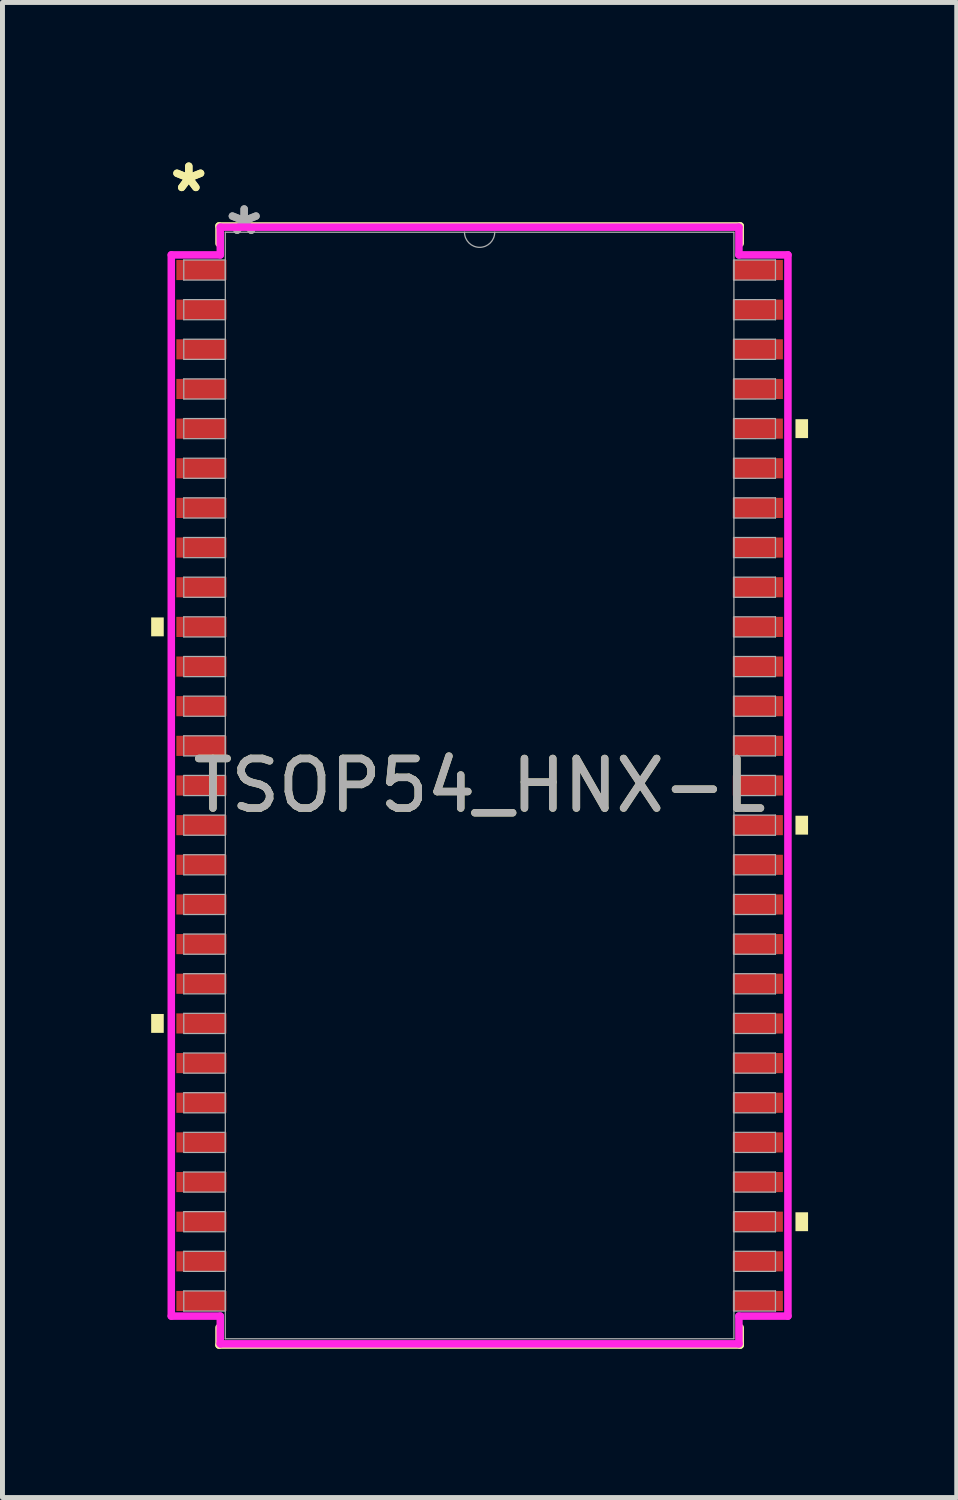
<source format=kicad_pcb>
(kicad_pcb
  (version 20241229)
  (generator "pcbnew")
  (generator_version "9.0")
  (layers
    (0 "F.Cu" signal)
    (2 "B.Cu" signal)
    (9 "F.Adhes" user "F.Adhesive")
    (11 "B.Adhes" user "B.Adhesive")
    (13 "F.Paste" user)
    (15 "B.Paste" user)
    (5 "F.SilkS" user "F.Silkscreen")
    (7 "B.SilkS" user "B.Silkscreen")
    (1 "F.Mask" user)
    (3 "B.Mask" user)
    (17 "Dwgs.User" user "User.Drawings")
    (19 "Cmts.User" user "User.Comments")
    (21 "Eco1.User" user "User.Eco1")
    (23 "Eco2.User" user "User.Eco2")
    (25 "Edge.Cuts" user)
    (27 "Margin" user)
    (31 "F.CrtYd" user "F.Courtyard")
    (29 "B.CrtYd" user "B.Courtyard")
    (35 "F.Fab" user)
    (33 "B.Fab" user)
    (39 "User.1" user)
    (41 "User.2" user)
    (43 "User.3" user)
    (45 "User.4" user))
  (footprint "TSOP54_HNX-L"
    (layer "F.Cu")
    (at 6.627 12.799)
    (property "Reference" "TSOP54_HNX-L" (at 0 0 0) (unlocked yes) (layer "F.SilkS") (effects (font (size 1 1) (thickness 0.15))))
    (attr smd)
    (fp_line (start -5.258 -11.29) (end -5.258 -10.937) (stroke (width 0.152) (type solid)) (layer "F.SilkS"))
    (fp_line (start -5.258 10.937) (end -5.258 11.29) (stroke (width 0.152) (type solid)) (layer "F.SilkS"))
    (fp_line (start -5.258 11.29) (end 5.258 11.29) (stroke (width 0.152) (type solid)) (layer "F.SilkS"))
    (fp_line (start 5.258 -11.29) (end -5.258 -11.29) (stroke (width 0.152) (type solid)) (layer "F.SilkS"))
    (fp_line (start 5.258 -10.937) (end 5.258 -11.29) (stroke (width 0.152) (type solid)) (layer "F.SilkS"))
    (fp_line (start 5.258 11.29) (end 5.258 10.937) (stroke (width 0.152) (type solid)) (layer "F.SilkS"))
    (fp_poly (pts (xy -6.627 -3.391) (xy -6.627 -3.01) (xy -6.373 -3.01) (xy -6.373 -3.391)) (stroke (width 0) (type solid)) (fill yes) (layer "F.SilkS"))
    (fp_poly (pts (xy -6.627 4.61) (xy -6.627 4.991) (xy -6.373 4.991) (xy -6.373 4.61)) (stroke (width 0) (type solid)) (fill yes) (layer "F.SilkS"))
    (fp_poly (pts (xy 6.627 -7.391) (xy 6.627 -7.01) (xy 6.373 -7.01) (xy 6.373 -7.391)) (stroke (width 0) (type solid)) (fill yes) (layer "F.SilkS"))
    (fp_poly (pts (xy 6.627 0.61) (xy 6.627 0.991) (xy 6.373 0.991) (xy 6.373 0.61)) (stroke (width 0) (type solid)) (fill yes) (layer "F.SilkS"))
    (fp_poly (pts (xy 6.627 8.611) (xy 6.627 8.992) (xy 6.373 8.992) (xy 6.373 8.611)) (stroke (width 0) (type solid)) (fill yes) (layer "F.SilkS"))
    (fp_line (start -6.221 -10.706) (end -5.232 -10.706) (stroke (width 0.152) (type solid)) (layer "F.CrtYd"))
    (fp_line (start -6.221 10.706) (end -6.221 -10.706) (stroke (width 0.152) (type solid)) (layer "F.CrtYd"))
    (fp_line (start -6.221 10.706) (end -5.232 10.706) (stroke (width 0.152) (type solid)) (layer "F.CrtYd"))
    (fp_line (start -5.232 -11.265) (end 5.232 -11.265) (stroke (width 0.152) (type solid)) (layer "F.CrtYd"))
    (fp_line (start -5.232 -10.706) (end -5.232 -11.265) (stroke (width 0.152) (type solid)) (layer "F.CrtYd"))
    (fp_line (start -5.232 11.265) (end -5.232 10.706) (stroke (width 0.152) (type solid)) (layer "F.CrtYd"))
    (fp_line (start 5.232 -11.265) (end 5.232 -10.706) (stroke (width 0.152) (type solid)) (layer "F.CrtYd"))
    (fp_line (start 5.232 10.706) (end 5.232 11.265) (stroke (width 0.152) (type solid)) (layer "F.CrtYd"))
    (fp_line (start 5.232 11.265) (end -5.232 11.265) (stroke (width 0.152) (type solid)) (layer "F.CrtYd"))
    (fp_line (start 6.221 -10.706) (end 5.232 -10.706) (stroke (width 0.152) (type solid)) (layer "F.CrtYd"))
    (fp_line (start 6.221 -10.706) (end 6.221 10.706) (stroke (width 0.152) (type solid)) (layer "F.CrtYd"))
    (fp_line (start 6.221 10.706) (end 5.232 10.706) (stroke (width 0.152) (type solid)) (layer "F.CrtYd"))
    (fp_line (start -5.969 -10.604) (end -5.969 -10.198) (stroke (width 0.025) (type solid)) (layer "F.Fab"))
    (fp_line (start -5.969 -10.198) (end -5.131 -10.198) (stroke (width 0.025) (type solid)) (layer "F.Fab"))
    (fp_line (start -5.969 -9.804) (end -5.969 -9.398) (stroke (width 0.025) (type solid)) (layer "F.Fab"))
    (fp_line (start -5.969 -9.398) (end -5.131 -9.398) (stroke (width 0.025) (type solid)) (layer "F.Fab"))
    (fp_line (start -5.969 -9.004) (end -5.969 -8.598) (stroke (width 0.025) (type solid)) (layer "F.Fab"))
    (fp_line (start -5.969 -8.598) (end -5.131 -8.598) (stroke (width 0.025) (type solid)) (layer "F.Fab"))
    (fp_line (start -5.969 -8.204) (end -5.969 -7.798) (stroke (width 0.025) (type solid)) (layer "F.Fab"))
    (fp_line (start -5.969 -7.798) (end -5.131 -7.798) (stroke (width 0.025) (type solid)) (layer "F.Fab"))
    (fp_line (start -5.969 -7.404) (end -5.969 -6.998) (stroke (width 0.025) (type solid)) (layer "F.Fab"))
    (fp_line (start -5.969 -6.998) (end -5.131 -6.998) (stroke (width 0.025) (type solid)) (layer "F.Fab"))
    (fp_line (start -5.969 -6.604) (end -5.969 -6.198) (stroke (width 0.025) (type solid)) (layer "F.Fab"))
    (fp_line (start -5.969 -6.198) (end -5.131 -6.198) (stroke (width 0.025) (type solid)) (layer "F.Fab"))
    (fp_line (start -5.969 -5.804) (end -5.969 -5.397) (stroke (width 0.025) (type solid)) (layer "F.Fab"))
    (fp_line (start -5.969 -5.397) (end -5.131 -5.397) (stroke (width 0.025) (type solid)) (layer "F.Fab"))
    (fp_line (start -5.969 -5.004) (end -5.969 -4.597) (stroke (width 0.025) (type solid)) (layer "F.Fab"))
    (fp_line (start -5.969 -4.597) (end -5.131 -4.597) (stroke (width 0.025) (type solid)) (layer "F.Fab"))
    (fp_line (start -5.969 -4.204) (end -5.969 -3.797) (stroke (width 0.025) (type solid)) (layer "F.Fab"))
    (fp_line (start -5.969 -3.797) (end -5.131 -3.797) (stroke (width 0.025) (type solid)) (layer "F.Fab"))
    (fp_line (start -5.969 -3.404) (end -5.969 -2.997) (stroke (width 0.025) (type solid)) (layer "F.Fab"))
    (fp_line (start -5.969 -2.997) (end -5.131 -2.997) (stroke (width 0.025) (type solid)) (layer "F.Fab"))
    (fp_line (start -5.969 -2.603) (end -5.969 -2.197) (stroke (width 0.025) (type solid)) (layer "F.Fab"))
    (fp_line (start -5.969 -2.197) (end -5.131 -2.197) (stroke (width 0.025) (type solid)) (layer "F.Fab"))
    (fp_line (start -5.969 -1.803) (end -5.969 -1.397) (stroke (width 0.025) (type solid)) (layer "F.Fab"))
    (fp_line (start -5.969 -1.397) (end -5.131 -1.397) (stroke (width 0.025) (type solid)) (layer "F.Fab"))
    (fp_line (start -5.969 -1.003) (end -5.969 -0.597) (stroke (width 0.025) (type solid)) (layer "F.Fab"))
    (fp_line (start -5.969 -0.597) (end -5.131 -0.597) (stroke (width 0.025) (type solid)) (layer "F.Fab"))
    (fp_line (start -5.969 -0.203) (end -5.969 0.203) (stroke (width 0.025) (type solid)) (layer "F.Fab"))
    (fp_line (start -5.969 0.203) (end -5.131 0.203) (stroke (width 0.025) (type solid)) (layer "F.Fab"))
    (fp_line (start -5.969 0.597) (end -5.969 1.003) (stroke (width 0.025) (type solid)) (layer "F.Fab"))
    (fp_line (start -5.969 1.003) (end -5.131 1.003) (stroke (width 0.025) (type solid)) (layer "F.Fab"))
    (fp_line (start -5.969 1.397) (end -5.969 1.803) (stroke (width 0.025) (type solid)) (layer "F.Fab"))
    (fp_line (start -5.969 1.803) (end -5.131 1.803) (stroke (width 0.025) (type solid)) (layer "F.Fab"))
    (fp_line (start -5.969 2.197) (end -5.969 2.603) (stroke (width 0.025) (type solid)) (layer "F.Fab"))
    (fp_line (start -5.969 2.603) (end -5.131 2.603) (stroke (width 0.025) (type solid)) (layer "F.Fab"))
    (fp_line (start -5.969 2.997) (end -5.969 3.404) (stroke (width 0.025) (type solid)) (layer "F.Fab"))
    (fp_line (start -5.969 3.404) (end -5.131 3.404) (stroke (width 0.025) (type solid)) (layer "F.Fab"))
    (fp_line (start -5.969 3.797) (end -5.969 4.204) (stroke (width 0.025) (type solid)) (layer "F.Fab"))
    (fp_line (start -5.969 4.204) (end -5.131 4.204) (stroke (width 0.025) (type solid)) (layer "F.Fab"))
    (fp_line (start -5.969 4.597) (end -5.969 5.004) (stroke (width 0.025) (type solid)) (layer "F.Fab"))
    (fp_line (start -5.969 5.004) (end -5.131 5.004) (stroke (width 0.025) (type solid)) (layer "F.Fab"))
    (fp_line (start -5.969 5.397) (end -5.969 5.804) (stroke (width 0.025) (type solid)) (layer "F.Fab"))
    (fp_line (start -5.969 5.804) (end -5.131 5.804) (stroke (width 0.025) (type solid)) (layer "F.Fab"))
    (fp_line (start -5.969 6.198) (end -5.969 6.604) (stroke (width 0.025) (type solid)) (layer "F.Fab"))
    (fp_line (start -5.969 6.604) (end -5.131 6.604) (stroke (width 0.025) (type solid)) (layer "F.Fab"))
    (fp_line (start -5.969 6.998) (end -5.969 7.404) (stroke (width 0.025) (type solid)) (layer "F.Fab"))
    (fp_line (start -5.969 7.404) (end -5.131 7.404) (stroke (width 0.025) (type solid)) (layer "F.Fab"))
    (fp_line (start -5.969 7.798) (end -5.969 8.204) (stroke (width 0.025) (type solid)) (layer "F.Fab"))
    (fp_line (start -5.969 8.204) (end -5.131 8.204) (stroke (width 0.025) (type solid)) (layer "F.Fab"))
    (fp_line (start -5.969 8.598) (end -5.969 9.004) (stroke (width 0.025) (type solid)) (layer "F.Fab"))
    (fp_line (start -5.969 9.004) (end -5.131 9.004) (stroke (width 0.025) (type solid)) (layer "F.Fab"))
    (fp_line (start -5.969 9.398) (end -5.969 9.804) (stroke (width 0.025) (type solid)) (layer "F.Fab"))
    (fp_line (start -5.969 9.804) (end -5.131 9.804) (stroke (width 0.025) (type solid)) (layer "F.Fab"))
    (fp_line (start -5.969 10.198) (end -5.969 10.604) (stroke (width 0.025) (type solid)) (layer "F.Fab"))
    (fp_line (start -5.969 10.604) (end -5.131 10.604) (stroke (width 0.025) (type solid)) (layer "F.Fab"))
    (fp_line (start -5.131 -11.163) (end -5.131 11.163) (stroke (width 0.025) (type solid)) (layer "F.Fab"))
    (fp_line (start -5.131 -10.604) (end -5.969 -10.604) (stroke (width 0.025) (type solid)) (layer "F.Fab"))
    (fp_line (start -5.131 -10.198) (end -5.131 -10.604) (stroke (width 0.025) (type solid)) (layer "F.Fab"))
    (fp_line (start -5.131 -9.804) (end -5.969 -9.804) (stroke (width 0.025) (type solid)) (layer "F.Fab"))
    (fp_line (start -5.131 -9.398) (end -5.131 -9.804) (stroke (width 0.025) (type solid)) (layer "F.Fab"))
    (fp_line (start -5.131 -9.004) (end -5.969 -9.004) (stroke (width 0.025) (type solid)) (layer "F.Fab"))
    (fp_line (start -5.131 -8.598) (end -5.131 -9.004) (stroke (width 0.025) (type solid)) (layer "F.Fab"))
    (fp_line (start -5.131 -8.204) (end -5.969 -8.204) (stroke (width 0.025) (type solid)) (layer "F.Fab"))
    (fp_line (start -5.131 -7.798) (end -5.131 -8.204) (stroke (width 0.025) (type solid)) (layer "F.Fab"))
    (fp_line (start -5.131 -7.404) (end -5.969 -7.404) (stroke (width 0.025) (type solid)) (layer "F.Fab"))
    (fp_line (start -5.131 -6.998) (end -5.131 -7.404) (stroke (width 0.025) (type solid)) (layer "F.Fab"))
    (fp_line (start -5.131 -6.604) (end -5.969 -6.604) (stroke (width 0.025) (type solid)) (layer "F.Fab"))
    (fp_line (start -5.131 -6.198) (end -5.131 -6.604) (stroke (width 0.025) (type solid)) (layer "F.Fab"))
    (fp_line (start -5.131 -5.804) (end -5.969 -5.804) (stroke (width 0.025) (type solid)) (layer "F.Fab"))
    (fp_line (start -5.131 -5.397) (end -5.131 -5.804) (stroke (width 0.025) (type solid)) (layer "F.Fab"))
    (fp_line (start -5.131 -5.004) (end -5.969 -5.004) (stroke (width 0.025) (type solid)) (layer "F.Fab"))
    (fp_line (start -5.131 -4.597) (end -5.131 -5.004) (stroke (width 0.025) (type solid)) (layer "F.Fab"))
    (fp_line (start -5.131 -4.204) (end -5.969 -4.204) (stroke (width 0.025) (type solid)) (layer "F.Fab"))
    (fp_line (start -5.131 -3.797) (end -5.131 -4.204) (stroke (width 0.025) (type solid)) (layer "F.Fab"))
    (fp_line (start -5.131 -3.404) (end -5.969 -3.404) (stroke (width 0.025) (type solid)) (layer "F.Fab"))
    (fp_line (start -5.131 -2.997) (end -5.131 -3.404) (stroke (width 0.025) (type solid)) (layer "F.Fab"))
    (fp_line (start -5.131 -2.603) (end -5.969 -2.603) (stroke (width 0.025) (type solid)) (layer "F.Fab"))
    (fp_line (start -5.131 -2.197) (end -5.131 -2.603) (stroke (width 0.025) (type solid)) (layer "F.Fab"))
    (fp_line (start -5.131 -1.803) (end -5.969 -1.803) (stroke (width 0.025) (type solid)) (layer "F.Fab"))
    (fp_line (start -5.131 -1.397) (end -5.131 -1.803) (stroke (width 0.025) (type solid)) (layer "F.Fab"))
    (fp_line (start -5.131 -1.003) (end -5.969 -1.003) (stroke (width 0.025) (type solid)) (layer "F.Fab"))
    (fp_line (start -5.131 -0.597) (end -5.131 -1.003) (stroke (width 0.025) (type solid)) (layer "F.Fab"))
    (fp_line (start -5.131 -0.203) (end -5.969 -0.203) (stroke (width 0.025) (type solid)) (layer "F.Fab"))
    (fp_line (start -5.131 0.203) (end -5.131 -0.203) (stroke (width 0.025) (type solid)) (layer "F.Fab"))
    (fp_line (start -5.131 0.597) (end -5.969 0.597) (stroke (width 0.025) (type solid)) (layer "F.Fab"))
    (fp_line (start -5.131 1.003) (end -5.131 0.597) (stroke (width 0.025) (type solid)) (layer "F.Fab"))
    (fp_line (start -5.131 1.397) (end -5.969 1.397) (stroke (width 0.025) (type solid)) (layer "F.Fab"))
    (fp_line (start -5.131 1.803) (end -5.131 1.397) (stroke (width 0.025) (type solid)) (layer "F.Fab"))
    (fp_line (start -5.131 2.197) (end -5.969 2.197) (stroke (width 0.025) (type solid)) (layer "F.Fab"))
    (fp_line (start -5.131 2.603) (end -5.131 2.197) (stroke (width 0.025) (type solid)) (layer "F.Fab"))
    (fp_line (start -5.131 2.997) (end -5.969 2.997) (stroke (width 0.025) (type solid)) (layer "F.Fab"))
    (fp_line (start -5.131 3.404) (end -5.131 2.997) (stroke (width 0.025) (type solid)) (layer "F.Fab"))
    (fp_line (start -5.131 3.797) (end -5.969 3.797) (stroke (width 0.025) (type solid)) (layer "F.Fab"))
    (fp_line (start -5.131 4.204) (end -5.131 3.797) (stroke (width 0.025) (type solid)) (layer "F.Fab"))
    (fp_line (start -5.131 4.597) (end -5.969 4.597) (stroke (width 0.025) (type solid)) (layer "F.Fab"))
    (fp_line (start -5.131 5.004) (end -5.131 4.597) (stroke (width 0.025) (type solid)) (layer "F.Fab"))
    (fp_line (start -5.131 5.397) (end -5.969 5.397) (stroke (width 0.025) (type solid)) (layer "F.Fab"))
    (fp_line (start -5.131 5.804) (end -5.131 5.397) (stroke (width 0.025) (type solid)) (layer "F.Fab"))
    (fp_line (start -5.131 6.198) (end -5.969 6.198) (stroke (width 0.025) (type solid)) (layer "F.Fab"))
    (fp_line (start -5.131 6.604) (end -5.131 6.198) (stroke (width 0.025) (type solid)) (layer "F.Fab"))
    (fp_line (start -5.131 6.998) (end -5.969 6.998) (stroke (width 0.025) (type solid)) (layer "F.Fab"))
    (fp_line (start -5.131 7.404) (end -5.131 6.998) (stroke (width 0.025) (type solid)) (layer "F.Fab"))
    (fp_line (start -5.131 7.798) (end -5.969 7.798) (stroke (width 0.025) (type solid)) (layer "F.Fab"))
    (fp_line (start -5.131 8.204) (end -5.131 7.798) (stroke (width 0.025) (type solid)) (layer "F.Fab"))
    (fp_line (start -5.131 8.598) (end -5.969 8.598) (stroke (width 0.025) (type solid)) (layer "F.Fab"))
    (fp_line (start -5.131 9.004) (end -5.131 8.598) (stroke (width 0.025) (type solid)) (layer "F.Fab"))
    (fp_line (start -5.131 9.398) (end -5.969 9.398) (stroke (width 0.025) (type solid)) (layer "F.Fab"))
    (fp_line (start -5.131 9.804) (end -5.131 9.398) (stroke (width 0.025) (type solid)) (layer "F.Fab"))
    (fp_line (start -5.131 10.198) (end -5.969 10.198) (stroke (width 0.025) (type solid)) (layer "F.Fab"))
    (fp_line (start -5.131 10.604) (end -5.131 10.198) (stroke (width 0.025) (type solid)) (layer "F.Fab"))
    (fp_line (start -5.131 11.163) (end 5.131 11.163) (stroke (width 0.025) (type solid)) (layer "F.Fab"))
    (fp_line (start 5.131 -11.163) (end -5.131 -11.163) (stroke (width 0.025) (type solid)) (layer "F.Fab"))
    (fp_line (start 5.131 -10.604) (end 5.131 -10.198) (stroke (width 0.025) (type solid)) (layer "F.Fab"))
    (fp_line (start 5.131 -10.198) (end 5.969 -10.198) (stroke (width 0.025) (type solid)) (layer "F.Fab"))
    (fp_line (start 5.131 -9.804) (end 5.131 -9.398) (stroke (width 0.025) (type solid)) (layer "F.Fab"))
    (fp_line (start 5.131 -9.398) (end 5.969 -9.398) (stroke (width 0.025) (type solid)) (layer "F.Fab"))
    (fp_line (start 5.131 -9.004) (end 5.131 -8.598) (stroke (width 0.025) (type solid)) (layer "F.Fab"))
    (fp_line (start 5.131 -8.598) (end 5.969 -8.598) (stroke (width 0.025) (type solid)) (layer "F.Fab"))
    (fp_line (start 5.131 -8.204) (end 5.131 -7.798) (stroke (width 0.025) (type solid)) (layer "F.Fab"))
    (fp_line (start 5.131 -7.798) (end 5.969 -7.798) (stroke (width 0.025) (type solid)) (layer "F.Fab"))
    (fp_line (start 5.131 -7.404) (end 5.131 -6.998) (stroke (width 0.025) (type solid)) (layer "F.Fab"))
    (fp_line (start 5.131 -6.998) (end 5.969 -6.998) (stroke (width 0.025) (type solid)) (layer "F.Fab"))
    (fp_line (start 5.131 -6.604) (end 5.131 -6.198) (stroke (width 0.025) (type solid)) (layer "F.Fab"))
    (fp_line (start 5.131 -6.198) (end 5.969 -6.198) (stroke (width 0.025) (type solid)) (layer "F.Fab"))
    (fp_line (start 5.131 -5.804) (end 5.131 -5.397) (stroke (width 0.025) (type solid)) (layer "F.Fab"))
    (fp_line (start 5.131 -5.397) (end 5.969 -5.397) (stroke (width 0.025) (type solid)) (layer "F.Fab"))
    (fp_line (start 5.131 -5.004) (end 5.131 -4.597) (stroke (width 0.025) (type solid)) (layer "F.Fab"))
    (fp_line (start 5.131 -4.597) (end 5.969 -4.597) (stroke (width 0.025) (type solid)) (layer "F.Fab"))
    (fp_line (start 5.131 -4.204) (end 5.131 -3.797) (stroke (width 0.025) (type solid)) (layer "F.Fab"))
    (fp_line (start 5.131 -3.797) (end 5.969 -3.797) (stroke (width 0.025) (type solid)) (layer "F.Fab"))
    (fp_line (start 5.131 -3.404) (end 5.131 -2.997) (stroke (width 0.025) (type solid)) (layer "F.Fab"))
    (fp_line (start 5.131 -2.997) (end 5.969 -2.997) (stroke (width 0.025) (type solid)) (layer "F.Fab"))
    (fp_line (start 5.131 -2.603) (end 5.131 -2.197) (stroke (width 0.025) (type solid)) (layer "F.Fab"))
    (fp_line (start 5.131 -2.197) (end 5.969 -2.197) (stroke (width 0.025) (type solid)) (layer "F.Fab"))
    (fp_line (start 5.131 -1.803) (end 5.131 -1.397) (stroke (width 0.025) (type solid)) (layer "F.Fab"))
    (fp_line (start 5.131 -1.397) (end 5.969 -1.397) (stroke (width 0.025) (type solid)) (layer "F.Fab"))
    (fp_line (start 5.131 -1.003) (end 5.131 -0.597) (stroke (width 0.025) (type solid)) (layer "F.Fab"))
    (fp_line (start 5.131 -0.597) (end 5.969 -0.597) (stroke (width 0.025) (type solid)) (layer "F.Fab"))
    (fp_line (start 5.131 -0.203) (end 5.131 0.203) (stroke (width 0.025) (type solid)) (layer "F.Fab"))
    (fp_line (start 5.131 0.203) (end 5.969 0.203) (stroke (width 0.025) (type solid)) (layer "F.Fab"))
    (fp_line (start 5.131 0.597) (end 5.131 1.003) (stroke (width 0.025) (type solid)) (layer "F.Fab"))
    (fp_line (start 5.131 1.003) (end 5.969 1.003) (stroke (width 0.025) (type solid)) (layer "F.Fab"))
    (fp_line (start 5.131 1.397) (end 5.131 1.803) (stroke (width 0.025) (type solid)) (layer "F.Fab"))
    (fp_line (start 5.131 1.803) (end 5.969 1.803) (stroke (width 0.025) (type solid)) (layer "F.Fab"))
    (fp_line (start 5.131 2.197) (end 5.131 2.603) (stroke (width 0.025) (type solid)) (layer "F.Fab"))
    (fp_line (start 5.131 2.603) (end 5.969 2.603) (stroke (width 0.025) (type solid)) (layer "F.Fab"))
    (fp_line (start 5.131 2.997) (end 5.131 3.404) (stroke (width 0.025) (type solid)) (layer "F.Fab"))
    (fp_line (start 5.131 3.404) (end 5.969 3.404) (stroke (width 0.025) (type solid)) (layer "F.Fab"))
    (fp_line (start 5.131 3.797) (end 5.131 4.204) (stroke (width 0.025) (type solid)) (layer "F.Fab"))
    (fp_line (start 5.131 4.204) (end 5.969 4.204) (stroke (width 0.025) (type solid)) (layer "F.Fab"))
    (fp_line (start 5.131 4.597) (end 5.131 5.004) (stroke (width 0.025) (type solid)) (layer "F.Fab"))
    (fp_line (start 5.131 5.004) (end 5.969 5.004) (stroke (width 0.025) (type solid)) (layer "F.Fab"))
    (fp_line (start 5.131 5.397) (end 5.131 5.804) (stroke (width 0.025) (type solid)) (layer "F.Fab"))
    (fp_line (start 5.131 5.804) (end 5.969 5.804) (stroke (width 0.025) (type solid)) (layer "F.Fab"))
    (fp_line (start 5.131 6.198) (end 5.131 6.604) (stroke (width 0.025) (type solid)) (layer "F.Fab"))
    (fp_line (start 5.131 6.604) (end 5.969 6.604) (stroke (width 0.025) (type solid)) (layer "F.Fab"))
    (fp_line (start 5.131 6.998) (end 5.131 7.404) (stroke (width 0.025) (type solid)) (layer "F.Fab"))
    (fp_line (start 5.131 7.404) (end 5.969 7.404) (stroke (width 0.025) (type solid)) (layer "F.Fab"))
    (fp_line (start 5.131 7.798) (end 5.131 8.204) (stroke (width 0.025) (type solid)) (layer "F.Fab"))
    (fp_line (start 5.131 8.204) (end 5.969 8.204) (stroke (width 0.025) (type solid)) (layer "F.Fab"))
    (fp_line (start 5.131 8.598) (end 5.131 9.004) (stroke (width 0.025) (type solid)) (layer "F.Fab"))
    (fp_line (start 5.131 9.004) (end 5.969 9.004) (stroke (width 0.025) (type solid)) (layer "F.Fab"))
    (fp_line (start 5.131 9.398) (end 5.131 9.804) (stroke (width 0.025) (type solid)) (layer "F.Fab"))
    (fp_line (start 5.131 9.804) (end 5.969 9.804) (stroke (width 0.025) (type solid)) (layer "F.Fab"))
    (fp_line (start 5.131 10.198) (end 5.131 10.604) (stroke (width 0.025) (type solid)) (layer "F.Fab"))
    (fp_line (start 5.131 10.604) (end 5.969 10.604) (stroke (width 0.025) (type solid)) (layer "F.Fab"))
    (fp_line (start 5.131 11.163) (end 5.131 -11.163) (stroke (width 0.025) (type solid)) (layer "F.Fab"))
    (fp_line (start 5.969 -10.604) (end 5.131 -10.604) (stroke (width 0.025) (type solid)) (layer "F.Fab"))
    (fp_line (start 5.969 -10.198) (end 5.969 -10.604) (stroke (width 0.025) (type solid)) (layer "F.Fab"))
    (fp_line (start 5.969 -9.804) (end 5.131 -9.804) (stroke (width 0.025) (type solid)) (layer "F.Fab"))
    (fp_line (start 5.969 -9.398) (end 5.969 -9.804) (stroke (width 0.025) (type solid)) (layer "F.Fab"))
    (fp_line (start 5.969 -9.004) (end 5.131 -9.004) (stroke (width 0.025) (type solid)) (layer "F.Fab"))
    (fp_line (start 5.969 -8.598) (end 5.969 -9.004) (stroke (width 0.025) (type solid)) (layer "F.Fab"))
    (fp_line (start 5.969 -8.204) (end 5.131 -8.204) (stroke (width 0.025) (type solid)) (layer "F.Fab"))
    (fp_line (start 5.969 -7.798) (end 5.969 -8.204) (stroke (width 0.025) (type solid)) (layer "F.Fab"))
    (fp_line (start 5.969 -7.404) (end 5.131 -7.404) (stroke (width 0.025) (type solid)) (layer "F.Fab"))
    (fp_line (start 5.969 -6.998) (end 5.969 -7.404) (stroke (width 0.025) (type solid)) (layer "F.Fab"))
    (fp_line (start 5.969 -6.604) (end 5.131 -6.604) (stroke (width 0.025) (type solid)) (layer "F.Fab"))
    (fp_line (start 5.969 -6.198) (end 5.969 -6.604) (stroke (width 0.025) (type solid)) (layer "F.Fab"))
    (fp_line (start 5.969 -5.804) (end 5.131 -5.804) (stroke (width 0.025) (type solid)) (layer "F.Fab"))
    (fp_line (start 5.969 -5.397) (end 5.969 -5.804) (stroke (width 0.025) (type solid)) (layer "F.Fab"))
    (fp_line (start 5.969 -5.004) (end 5.131 -5.004) (stroke (width 0.025) (type solid)) (layer "F.Fab"))
    (fp_line (start 5.969 -4.597) (end 5.969 -5.004) (stroke (width 0.025) (type solid)) (layer "F.Fab"))
    (fp_line (start 5.969 -4.204) (end 5.131 -4.204) (stroke (width 0.025) (type solid)) (layer "F.Fab"))
    (fp_line (start 5.969 -3.797) (end 5.969 -4.204) (stroke (width 0.025) (type solid)) (layer "F.Fab"))
    (fp_line (start 5.969 -3.404) (end 5.131 -3.404) (stroke (width 0.025) (type solid)) (layer "F.Fab"))
    (fp_line (start 5.969 -2.997) (end 5.969 -3.404) (stroke (width 0.025) (type solid)) (layer "F.Fab"))
    (fp_line (start 5.969 -2.603) (end 5.131 -2.603) (stroke (width 0.025) (type solid)) (layer "F.Fab"))
    (fp_line (start 5.969 -2.197) (end 5.969 -2.603) (stroke (width 0.025) (type solid)) (layer "F.Fab"))
    (fp_line (start 5.969 -1.803) (end 5.131 -1.803) (stroke (width 0.025) (type solid)) (layer "F.Fab"))
    (fp_line (start 5.969 -1.397) (end 5.969 -1.803) (stroke (width 0.025) (type solid)) (layer "F.Fab"))
    (fp_line (start 5.969 -1.003) (end 5.131 -1.003) (stroke (width 0.025) (type solid)) (layer "F.Fab"))
    (fp_line (start 5.969 -0.597) (end 5.969 -1.003) (stroke (width 0.025) (type solid)) (layer "F.Fab"))
    (fp_line (start 5.969 -0.203) (end 5.131 -0.203) (stroke (width 0.025) (type solid)) (layer "F.Fab"))
    (fp_line (start 5.969 0.203) (end 5.969 -0.203) (stroke (width 0.025) (type solid)) (layer "F.Fab"))
    (fp_line (start 5.969 0.597) (end 5.131 0.597) (stroke (width 0.025) (type solid)) (layer "F.Fab"))
    (fp_line (start 5.969 1.003) (end 5.969 0.597) (stroke (width 0.025) (type solid)) (layer "F.Fab"))
    (fp_line (start 5.969 1.397) (end 5.131 1.397) (stroke (width 0.025) (type solid)) (layer "F.Fab"))
    (fp_line (start 5.969 1.803) (end 5.969 1.397) (stroke (width 0.025) (type solid)) (layer "F.Fab"))
    (fp_line (start 5.969 2.197) (end 5.131 2.197) (stroke (width 0.025) (type solid)) (layer "F.Fab"))
    (fp_line (start 5.969 2.603) (end 5.969 2.197) (stroke (width 0.025) (type solid)) (layer "F.Fab"))
    (fp_line (start 5.969 2.997) (end 5.131 2.997) (stroke (width 0.025) (type solid)) (layer "F.Fab"))
    (fp_line (start 5.969 3.404) (end 5.969 2.997) (stroke (width 0.025) (type solid)) (layer "F.Fab"))
    (fp_line (start 5.969 3.797) (end 5.131 3.797) (stroke (width 0.025) (type solid)) (layer "F.Fab"))
    (fp_line (start 5.969 4.204) (end 5.969 3.797) (stroke (width 0.025) (type solid)) (layer "F.Fab"))
    (fp_line (start 5.969 4.597) (end 5.131 4.597) (stroke (width 0.025) (type solid)) (layer "F.Fab"))
    (fp_line (start 5.969 5.004) (end 5.969 4.597) (stroke (width 0.025) (type solid)) (layer "F.Fab"))
    (fp_line (start 5.969 5.397) (end 5.131 5.397) (stroke (width 0.025) (type solid)) (layer "F.Fab"))
    (fp_line (start 5.969 5.804) (end 5.969 5.397) (stroke (width 0.025) (type solid)) (layer "F.Fab"))
    (fp_line (start 5.969 6.198) (end 5.131 6.198) (stroke (width 0.025) (type solid)) (layer "F.Fab"))
    (fp_line (start 5.969 6.604) (end 5.969 6.198) (stroke (width 0.025) (type solid)) (layer "F.Fab"))
    (fp_line (start 5.969 6.998) (end 5.131 6.998) (stroke (width 0.025) (type solid)) (layer "F.Fab"))
    (fp_line (start 5.969 7.404) (end 5.969 6.998) (stroke (width 0.025) (type solid)) (layer "F.Fab"))
    (fp_line (start 5.969 7.798) (end 5.131 7.798) (stroke (width 0.025) (type solid)) (layer "F.Fab"))
    (fp_line (start 5.969 8.204) (end 5.969 7.798) (stroke (width 0.025) (type solid)) (layer "F.Fab"))
    (fp_line (start 5.969 8.598) (end 5.131 8.598) (stroke (width 0.025) (type solid)) (layer "F.Fab"))
    (fp_line (start 5.969 9.004) (end 5.969 8.598) (stroke (width 0.025) (type solid)) (layer "F.Fab"))
    (fp_line (start 5.969 9.398) (end 5.131 9.398) (stroke (width 0.025) (type solid)) (layer "F.Fab"))
    (fp_line (start 5.969 9.804) (end 5.969 9.398) (stroke (width 0.025) (type solid)) (layer "F.Fab"))
    (fp_line (start 5.969 10.198) (end 5.131 10.198) (stroke (width 0.025) (type solid)) (layer "F.Fab"))
    (fp_line (start 5.969 10.604) (end 5.969 10.198) (stroke (width 0.025) (type solid)) (layer "F.Fab"))
    (fp_arc (start 0.3048 -11.1633) (mid 0 -10.8585) (end -0.3048 -11.1633) (stroke (width 0.0254) (type solid)) (layer "F.Fab"))
    (fp_text user "*" (at -5.868 -11.951 0) (layer "F.SilkS") (effects (font (size 1 1) (thickness 0.15))))
    (fp_text user "*" (at -5.868 -11.951 0) (unlocked yes) (layer "F.SilkS") (effects (font (size 1 1) (thickness 0.15))))
    (fp_text user "${REFERENCE}" (at 0 0 0) (unlocked yes) (layer "F.Fab") (effects (font (size 1 1) (thickness 0.15))))
    (fp_text user "*" (at -4.75 -11.087 0) (layer "F.Fab") (effects (font (size 1 1) (thickness 0.15))))
    (fp_text user "*" (at -4.75 -11.087 0) (unlocked yes) (layer "F.Fab") (effects (font (size 1 1) (thickness 0.15))))
    (pad "1" smd rect (at -5.614 -10.401) (size 1.01 0.406) (layers "F.Cu" "F.Mask" "F.Paste"))
    (pad "2" smd rect (at -5.614 -9.601) (size 1.01 0.406) (layers "F.Cu" "F.Mask" "F.Paste"))
    (pad "3" smd rect (at -5.614 -8.801) (size 1.01 0.406) (layers "F.Cu" "F.Mask" "F.Paste"))
    (pad "4" smd rect (at -5.614 -8.001) (size 1.01 0.406) (layers "F.Cu" "F.Mask" "F.Paste"))
    (pad "5" smd rect (at -5.614 -7.201) (size 1.01 0.406) (layers "F.Cu" "F.Mask" "F.Paste"))
    (pad "6" smd rect (at -5.614 -6.401) (size 1.01 0.406) (layers "F.Cu" "F.Mask" "F.Paste"))
    (pad "7" smd rect (at -5.614 -5.601) (size 1.01 0.406) (layers "F.Cu" "F.Mask" "F.Paste"))
    (pad "8" smd rect (at -5.614 -4.801) (size 1.01 0.406) (layers "F.Cu" "F.Mask" "F.Paste"))
    (pad "9" smd rect (at -5.614 -4) (size 1.01 0.406) (layers "F.Cu" "F.Mask" "F.Paste"))
    (pad "10" smd rect (at -5.614 -3.2) (size 1.01 0.406) (layers "F.Cu" "F.Mask" "F.Paste"))
    (pad "11" smd rect (at -5.614 -2.4) (size 1.01 0.406) (layers "F.Cu" "F.Mask" "F.Paste"))
    (pad "12" smd rect (at -5.614 -1.6) (size 1.01 0.406) (layers "F.Cu" "F.Mask" "F.Paste"))
    (pad "13" smd rect (at -5.614 -0.8) (size 1.01 0.406) (layers "F.Cu" "F.Mask" "F.Paste"))
    (pad "14" smd rect (at -5.614 0) (size 1.01 0.406) (layers "F.Cu" "F.Mask" "F.Paste"))
    (pad "15" smd rect (at -5.614 0.8) (size 1.01 0.406) (layers "F.Cu" "F.Mask" "F.Paste"))
    (pad "16" smd rect (at -5.614 1.6) (size 1.01 0.406) (layers "F.Cu" "F.Mask" "F.Paste"))
    (pad "17" smd rect (at -5.614 2.4) (size 1.01 0.406) (layers "F.Cu" "F.Mask" "F.Paste"))
    (pad "18" smd rect (at -5.614 3.2) (size 1.01 0.406) (layers "F.Cu" "F.Mask" "F.Paste"))
    (pad "19" smd rect (at -5.614 4) (size 1.01 0.406) (layers "F.Cu" "F.Mask" "F.Paste"))
    (pad "20" smd rect (at -5.614 4.801) (size 1.01 0.406) (layers "F.Cu" "F.Mask" "F.Paste"))
    (pad "21" smd rect (at -5.614 5.601) (size 1.01 0.406) (layers "F.Cu" "F.Mask" "F.Paste"))
    (pad "22" smd rect (at -5.614 6.401) (size 1.01 0.406) (layers "F.Cu" "F.Mask" "F.Paste"))
    (pad "23" smd rect (at -5.614 7.201) (size 1.01 0.406) (layers "F.Cu" "F.Mask" "F.Paste"))
    (pad "24" smd rect (at -5.614 8.001) (size 1.01 0.406) (layers "F.Cu" "F.Mask" "F.Paste"))
    (pad "25" smd rect (at -5.614 8.801) (size 1.01 0.406) (layers "F.Cu" "F.Mask" "F.Paste"))
    (pad "26" smd rect (at -5.614 9.601) (size 1.01 0.406) (layers "F.Cu" "F.Mask" "F.Paste"))
    (pad "27" smd rect (at -5.614 10.401) (size 1.01 0.406) (layers "F.Cu" "F.Mask" "F.Paste"))
    (pad "28" smd rect (at 5.614 10.401) (size 1.01 0.406) (layers "F.Cu" "F.Mask" "F.Paste"))
    (pad "29" smd rect (at 5.614 9.601) (size 1.01 0.406) (layers "F.Cu" "F.Mask" "F.Paste"))
    (pad "30" smd rect (at 5.614 8.801) (size 1.01 0.406) (layers "F.Cu" "F.Mask" "F.Paste"))
    (pad "31" smd rect (at 5.614 8.001) (size 1.01 0.406) (layers "F.Cu" "F.Mask" "F.Paste"))
    (pad "32" smd rect (at 5.614 7.201) (size 1.01 0.406) (layers "F.Cu" "F.Mask" "F.Paste"))
    (pad "33" smd rect (at 5.614 6.401) (size 1.01 0.406) (layers "F.Cu" "F.Mask" "F.Paste"))
    (pad "34" smd rect (at 5.614 5.601) (size 1.01 0.406) (layers "F.Cu" "F.Mask" "F.Paste"))
    (pad "35" smd rect (at 5.614 4.801) (size 1.01 0.406) (layers "F.Cu" "F.Mask" "F.Paste"))
    (pad "36" smd rect (at 5.614 4) (size 1.01 0.406) (layers "F.Cu" "F.Mask" "F.Paste"))
    (pad "37" smd rect (at 5.614 3.2) (size 1.01 0.406) (layers "F.Cu" "F.Mask" "F.Paste"))
    (pad "38" smd rect (at 5.614 2.4) (size 1.01 0.406) (layers "F.Cu" "F.Mask" "F.Paste"))
    (pad "39" smd rect (at 5.614 1.6) (size 1.01 0.406) (layers "F.Cu" "F.Mask" "F.Paste"))
    (pad "40" smd rect (at 5.614 0.8) (size 1.01 0.406) (layers "F.Cu" "F.Mask" "F.Paste"))
    (pad "41" smd rect (at 5.614 0) (size 1.01 0.406) (layers "F.Cu" "F.Mask" "F.Paste"))
    (pad "42" smd rect (at 5.614 -0.8) (size 1.01 0.406) (layers "F.Cu" "F.Mask" "F.Paste"))
    (pad "43" smd rect (at 5.614 -1.6) (size 1.01 0.406) (layers "F.Cu" "F.Mask" "F.Paste"))
    (pad "44" smd rect (at 5.614 -2.4) (size 1.01 0.406) (layers "F.Cu" "F.Mask" "F.Paste"))
    (pad "45" smd rect (at 5.614 -3.2) (size 1.01 0.406) (layers "F.Cu" "F.Mask" "F.Paste"))
    (pad "46" smd rect (at 5.614 -4) (size 1.01 0.406) (layers "F.Cu" "F.Mask" "F.Paste"))
    (pad "47" smd rect (at 5.614 -4.801) (size 1.01 0.406) (layers "F.Cu" "F.Mask" "F.Paste"))
    (pad "48" smd rect (at 5.614 -5.601) (size 1.01 0.406) (layers "F.Cu" "F.Mask" "F.Paste"))
    (pad "49" smd rect (at 5.614 -6.401) (size 1.01 0.406) (layers "F.Cu" "F.Mask" "F.Paste"))
    (pad "50" smd rect (at 5.614 -7.201) (size 1.01 0.406) (layers "F.Cu" "F.Mask" "F.Paste"))
    (pad "51" smd rect (at 5.614 -8.001) (size 1.01 0.406) (layers "F.Cu" "F.Mask" "F.Paste"))
    (pad "52" smd rect (at 5.614 -8.801) (size 1.01 0.406) (layers "F.Cu" "F.Mask" "F.Paste"))
    (pad "53" smd rect (at 5.614 -9.601) (size 1.01 0.406) (layers "F.Cu" "F.Mask" "F.Paste"))
    (pad "54" smd rect (at 5.614 -10.401) (size 1.01 0.406) (layers "F.Cu" "F.Mask" "F.Paste")))
  (gr_rect
    (start -3 -3)
    (end 16.254 27.165)
    (stroke (width 0.1) (type default))
    (fill no)
    (layer "Edge.Cuts")))
</source>
